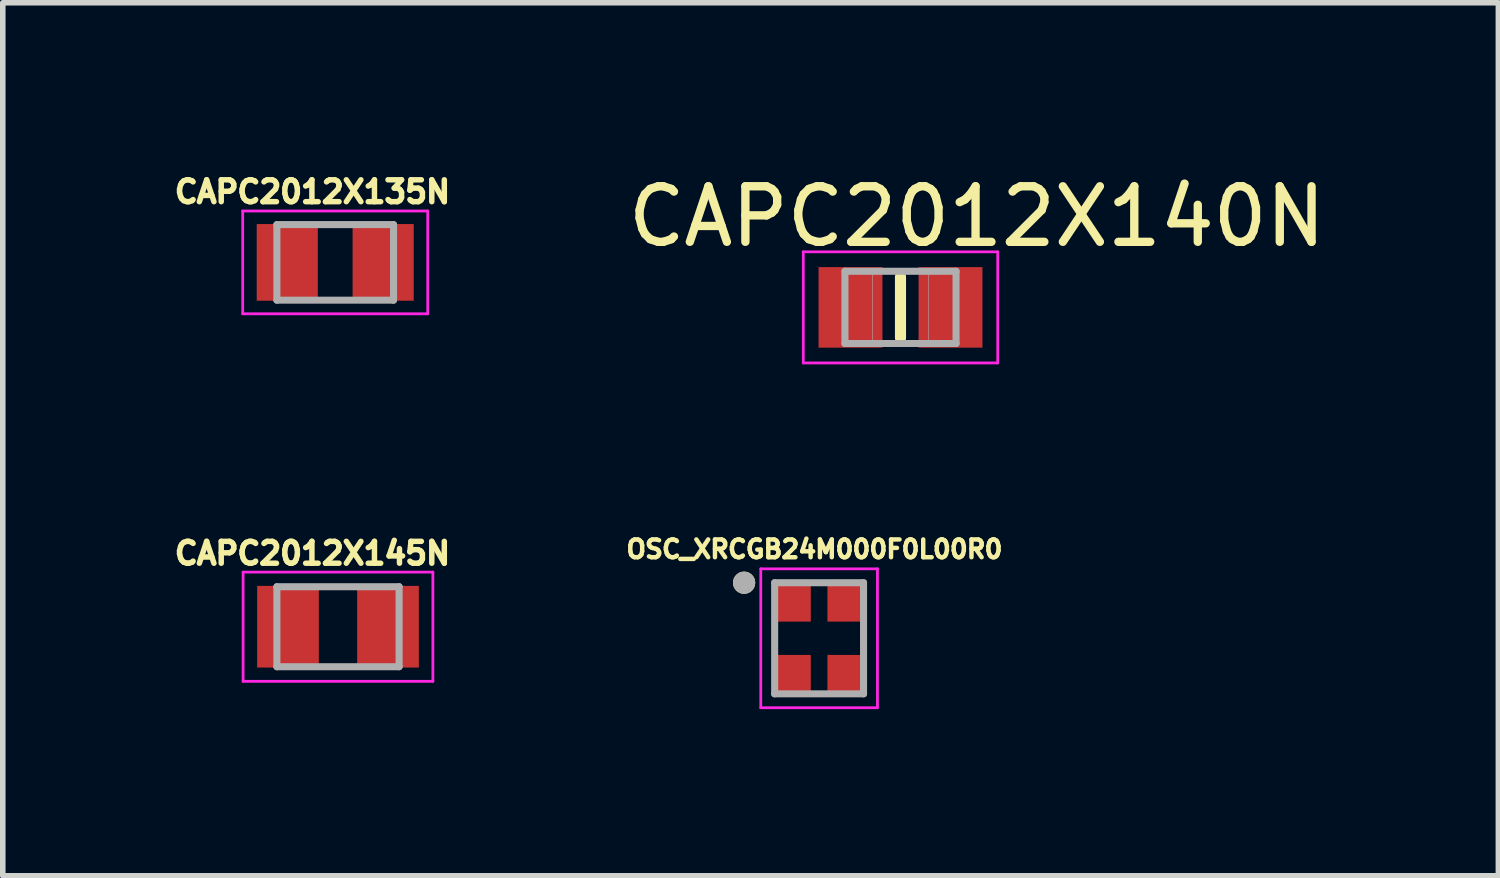
<source format=kicad_pcb>
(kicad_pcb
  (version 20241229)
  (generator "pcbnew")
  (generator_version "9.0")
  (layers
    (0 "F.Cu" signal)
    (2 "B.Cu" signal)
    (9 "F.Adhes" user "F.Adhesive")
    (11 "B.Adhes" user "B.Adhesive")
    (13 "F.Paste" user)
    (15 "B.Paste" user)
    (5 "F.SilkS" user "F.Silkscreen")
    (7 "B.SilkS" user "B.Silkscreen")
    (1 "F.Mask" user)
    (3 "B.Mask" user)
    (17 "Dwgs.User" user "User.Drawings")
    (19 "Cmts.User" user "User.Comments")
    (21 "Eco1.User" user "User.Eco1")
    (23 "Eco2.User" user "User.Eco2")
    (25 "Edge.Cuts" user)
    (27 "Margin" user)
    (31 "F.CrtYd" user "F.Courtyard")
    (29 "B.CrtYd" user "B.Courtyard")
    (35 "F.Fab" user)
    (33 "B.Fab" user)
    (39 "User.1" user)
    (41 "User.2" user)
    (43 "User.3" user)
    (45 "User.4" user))
  (footprint "CAPC2012X145N"
    (layer "F.Cu")
    (at 3.034 8.231)
    (property "Reference" "CAPC2012X145N" (at -0.46 -1.32 0) (layer "F.SilkS") (effects (font (size 0.394 0.394) (thickness 0.15))))
    (attr through_hole)
    (fp_line (start -1.708 -0.983) (end 1.708 -0.983) (stroke (width 0.05) (type solid)) (layer "F.CrtYd"))
    (fp_line (start -1.708 0.983) (end -1.708 -0.983) (stroke (width 0.05) (type solid)) (layer "F.CrtYd"))
    (fp_line (start -1.708 0.983) (end 1.708 0.983) (stroke (width 0.05) (type solid)) (layer "F.CrtYd"))
    (fp_line (start 1.708 0.983) (end 1.708 -0.983) (stroke (width 0.05) (type solid)) (layer "F.CrtYd"))
    (fp_line (start -1.1 0.72) (end -1.1 -0.72) (stroke (width 0.127) (type solid)) (layer "F.Fab"))
    (fp_line (start 1.1 -0.72) (end -1.1 -0.72) (stroke (width 0.127) (type solid)) (layer "F.Fab"))
    (fp_line (start 1.1 0.72) (end -1.1 0.72) (stroke (width 0.127) (type solid)) (layer "F.Fab"))
    (fp_line (start 1.1 0.72) (end 1.1 -0.72) (stroke (width 0.127) (type solid)) (layer "F.Fab"))
    (pad "1" smd rect (at -0.9 0) (size 1.11 1.47) (layers "F.Cu" "F.Mask" "F.Paste"))
    (pad "2" smd rect (at 0.9 0) (size 1.11 1.47) (layers "F.Cu" "F.Mask" "F.Paste")))
  (footprint "OSC_XRCGB24M000F0L00R0"
    (layer "F.Cu")
    (at 11.694 8.439)
    (property "Reference" "OSC_XRCGB24M000F0L00R0" (at -0.084 -1.603 0) (layer "F.SilkS") (effects (font (size 0.32 0.32) (thickness 0.15))))
    (attr through_hole)
    (fp_circle (center -1.35 -1) (end -1.25 -1) (stroke (width 0.2) (type solid)) (fill no) (layer "F.SilkS"))
    (fp_line (start -1.05 -1.25) (end 1.05 -1.25) (stroke (width 0.05) (type solid)) (layer "F.CrtYd"))
    (fp_line (start -1.05 1.25) (end -1.05 -1.25) (stroke (width 0.05) (type solid)) (layer "F.CrtYd"))
    (fp_line (start 1.05 -1.25) (end 1.05 1.25) (stroke (width 0.05) (type solid)) (layer "F.CrtYd"))
    (fp_line (start 1.05 1.25) (end -1.05 1.25) (stroke (width 0.05) (type solid)) (layer "F.CrtYd"))
    (fp_line (start -0.8 -1) (end 0.8 -1) (stroke (width 0.127) (type solid)) (layer "F.Fab"))
    (fp_line (start -0.8 1) (end -0.8 -1) (stroke (width 0.127) (type solid)) (layer "F.Fab"))
    (fp_line (start 0.8 -1) (end 0.8 1) (stroke (width 0.127) (type solid)) (layer "F.Fab"))
    (fp_line (start 0.8 1) (end -0.8 1) (stroke (width 0.127) (type solid)) (layer "F.Fab"))
    (fp_circle (center -1.35 -1) (end -1.25 -1) (stroke (width 0.2) (type solid)) (fill no) (layer "F.Fab"))
    (pad "1" smd rect (at -0.5 -0.675) (size 0.7 0.75) (layers "F.Cu" "F.Mask" "F.Paste"))
    (pad "2" smd rect (at -0.5 0.675) (size 0.7 0.75) (layers "F.Cu" "F.Mask" "F.Paste"))
    (pad "3" smd rect (at 0.5 0.675) (size 0.7 0.75) (layers "F.Cu" "F.Mask" "F.Paste"))
    (pad "4" smd rect (at 0.5 -0.675) (size 0.7 0.75) (layers "F.Cu" "F.Mask" "F.Paste")))
  (footprint "CAPC2012X135N"
    (layer "F.Cu")
    (at 2.984 1.673)
    (property "Reference" "CAPC2012X135N" (at -0.41 -1.27 0) (layer "F.SilkS") (effects (font (size 0.394 0.394) (thickness 0.15))))
    (attr through_hole)
    (fp_line (start -1.665 -0.925) (end 1.665 -0.925) (stroke (width 0.05) (type solid)) (layer "F.CrtYd"))
    (fp_line (start -1.665 0.925) (end -1.665 -0.925) (stroke (width 0.05) (type solid)) (layer "F.CrtYd"))
    (fp_line (start -1.665 0.925) (end 1.665 0.925) (stroke (width 0.05) (type solid)) (layer "F.CrtYd"))
    (fp_line (start 1.665 0.925) (end 1.665 -0.925) (stroke (width 0.05) (type solid)) (layer "F.CrtYd"))
    (fp_line (start -1.05 0.68) (end -1.05 -0.68) (stroke (width 0.127) (type solid)) (layer "F.Fab"))
    (fp_line (start 1.05 -0.68) (end -1.05 -0.68) (stroke (width 0.127) (type solid)) (layer "F.Fab"))
    (fp_line (start 1.05 0.68) (end -1.05 0.68) (stroke (width 0.127) (type solid)) (layer "F.Fab"))
    (fp_line (start 1.05 0.68) (end 1.05 -0.68) (stroke (width 0.127) (type solid)) (layer "F.Fab"))
    (pad "1" smd rect (at -0.863 0) (size 1.1 1.38) (layers "F.Cu" "F.Mask" "F.Paste"))
    (pad "2" smd rect (at 0.863 0) (size 1.1 1.38) (layers "F.Cu" "F.Mask" "F.Paste")))
  (footprint "CAPC2012X140N"
    (layer "F.Cu")
    (at 13.159 2.483)
    (property "Reference" "CAPC2012X140N" (at 1.375 -1.635 0) (layer "F.SilkS") (effects (font (size 1 1) (thickness 0.15))))
    (attr through_hole)
    (fp_line (start 0 -0.55) (end 0 0.55) (stroke (width 0.2) (type solid)) (layer "F.SilkS"))
    (fp_line (start -1.75 -1) (end 1.75 -1) (stroke (width 0.05) (type solid)) (layer "F.CrtYd"))
    (fp_line (start -1.75 1) (end -1.75 -1) (stroke (width 0.05) (type solid)) (layer "F.CrtYd"))
    (fp_line (start 1.75 -1) (end 1.75 1) (stroke (width 0.05) (type solid)) (layer "F.CrtYd"))
    (fp_line (start 1.75 1) (end -1.75 1) (stroke (width 0.05) (type solid)) (layer "F.CrtYd"))
    (fp_line (start -1 -0.65) (end 1 -0.65) (stroke (width 0.127) (type solid)) (layer "F.Fab"))
    (fp_line (start -1 0.65) (end -1 -0.65) (stroke (width 0.127) (type solid)) (layer "F.Fab"))
    (fp_line (start 1 -0.65) (end 1 0.65) (stroke (width 0.127) (type solid)) (layer "F.Fab"))
    (fp_line (start 1 0.65) (end -1 0.65) (stroke (width 0.127) (type solid)) (layer "F.Fab"))
    (fp_poly (pts (xy -1 -0.65) (xy -0.5 -0.65) (xy -0.5 0.65) (xy -1 0.65)) (stroke (width 0.01) (type solid)) (fill no) (layer "F.Fab"))
    (fp_poly (pts (xy 0.5 -0.65) (xy 1 -0.65) (xy 1 0.65) (xy 0.5 0.65)) (stroke (width 0.01) (type solid)) (fill no) (layer "F.Fab"))
    (pad "1" smd rect (at -0.9 0) (size 1.15 1.45) (layers "F.Cu" "F.Mask" "F.Paste"))
    (pad "2" smd rect (at 0.9 0) (size 1.15 1.45) (layers "F.Cu" "F.Mask" "F.Paste")))
  (gr_rect
    (start -3 -3)
    (end 23.921 12.714)
    (stroke (width 0.1) (type default))
    (fill no)
    (layer "Edge.Cuts")))
</source>
